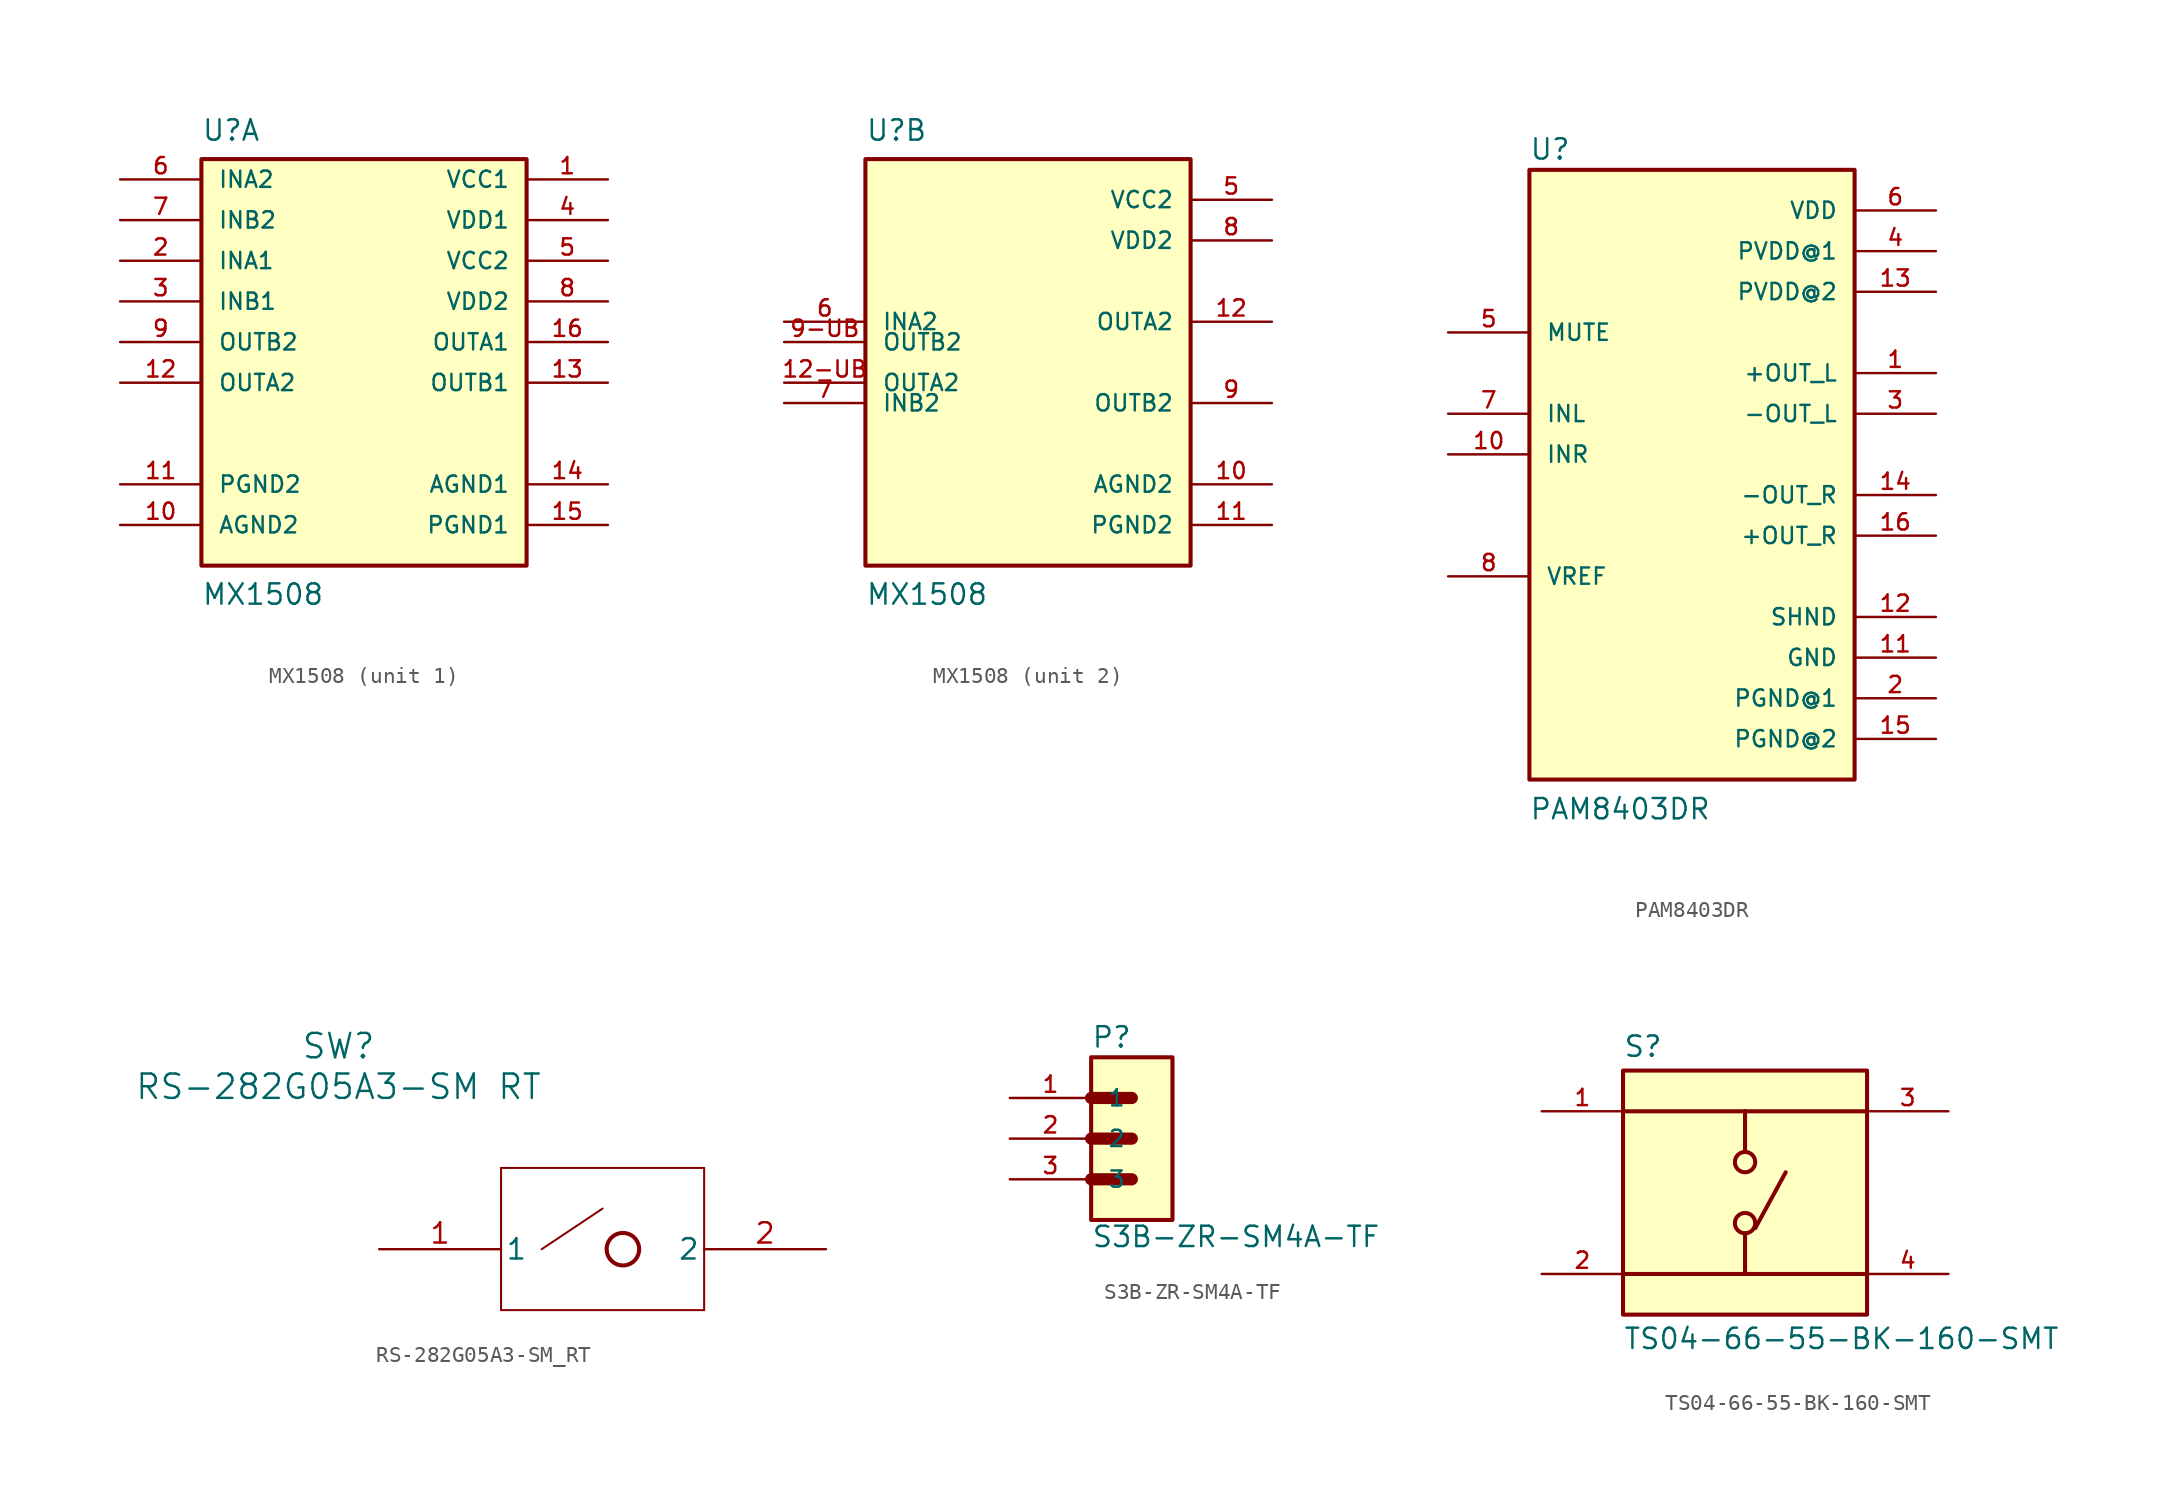
<source format=kicad_sym>
(kicad_symbol_lib
  (version 20220914)
  (generator kicad_symbol_editor)
  (symbol "MX1508"
    (pin_names
      (offset 1.016))
    (property "Reference" "U"
      (at -10.16 15.24 0)
      (effects (font (size 1.27 1.27)) (justify left top)))
    (property "Value" "MX1508"
      (at -10.16 -15.24 0)
      (effects (font (size 1.27 1.27)) (justify left bottom)))
    (symbol "MX1508_1_0"
      (rectangle (start -10.16 12.7) (end 10.16 -12.7) (stroke (width 0.254) (type default)) (fill (type background)))
      (pin power_in line (at 15.24 11.43 180) (length 5.08) (name "VCC1" (effects (font (size 1.016 1.016)))) (number "1" (effects (font (size 1.016 1.016)))))
      (pin power_in line (at -15.24 -10.16 0) (length 5.08) (name "AGND2" (effects (font (size 1.016 1.016)))) (number "10" (effects (font (size 1.016 1.016)))))
      (pin power_in line (at -15.24 -7.62 0) (length 5.08) (name "PGND2" (effects (font (size 1.016 1.016)))) (number "11" (effects (font (size 1.016 1.016)))))
      (pin input line (at -15.24 -1.27 0) (length 5.08) (name "OUTA2" (effects (font (size 1.016 1.016)))) (number "12" (effects (font (size 1.016 1.016)))))
      (pin output line (at 15.24 -1.27 180) (length 5.08) (name "OUTB1" (effects (font (size 1.016 1.016)))) (number "13" (effects (font (size 1.016 1.016)))))
      (pin power_in line (at 15.24 -7.62 180) (length 5.08) (name "AGND1" (effects (font (size 1.016 1.016)))) (number "14" (effects (font (size 1.016 1.016)))))
      (pin power_in line (at 15.24 -10.16 180) (length 5.08) (name "PGND1" (effects (font (size 1.016 1.016)))) (number "15" (effects (font (size 1.016 1.016)))))
      (pin output line (at 15.24 1.27 180) (length 5.08) (name "OUTA1" (effects (font (size 1.016 1.016)))) (number "16" (effects (font (size 1.016 1.016)))))
      (pin input line (at -15.24 6.35 0) (length 5.08) (name "INA1" (effects (font (size 1.016 1.016)))) (number "2" (effects (font (size 1.016 1.016)))))
      (pin input line (at -15.24 3.81 0) (length 5.08) (name "INB1" (effects (font (size 1.016 1.016)))) (number "3" (effects (font (size 1.016 1.016)))))
      (pin power_in line (at 15.24 8.89 180) (length 5.08) (name "VDD1" (effects (font (size 1.016 1.016)))) (number "4" (effects (font (size 1.016 1.016)))))
      (pin power_in line (at 15.24 6.35 180) (length 5.08) (name "VCC2" (effects (font (size 1.016 1.016)))) (number "5" (effects (font (size 1.016 1.016)))))
      (pin input line (at -15.24 11.43 0) (length 5.08) (name "INA2" (effects (font (size 1.016 1.016)))) (number "6" (effects (font (size 1.016 1.016)))))
      (pin input line (at -15.24 8.89 0) (length 5.08) (name "INB2" (effects (font (size 1.016 1.016)))) (number "7" (effects (font (size 1.016 1.016)))))
      (pin power_in line (at 15.24 3.81 180) (length 5.08) (name "VDD2" (effects (font (size 1.016 1.016)))) (number "8" (effects (font (size 1.016 1.016)))))
      (pin input line (at -15.24 1.27 0) (length 5.08) (name "OUTB2" (effects (font (size 1.016 1.016)))) (number "9" (effects (font (size 1.016 1.016))))))
    (symbol "MX1508_2_0"
      (rectangle (start -10.16 -12.7) (end 10.16 12.7) (stroke (width 0.254) (type default)) (fill (type background)))
      (pin power_in line (at 15.24 -7.62 180) (length 5.08) (name "AGND2" (effects (font (size 1.016 1.016)))) (number "10" (effects (font (size 1.016 1.016)))))
      (pin power_in line (at 15.24 -10.16 180) (length 5.08) (name "PGND2" (effects (font (size 1.016 1.016)))) (number "11" (effects (font (size 1.016 1.016)))))
      (pin output line (at 15.24 2.54 180) (length 5.08) (name "OUTA2" (effects (font (size 1.016 1.016)))) (number "12" (effects (font (size 1.016 1.016)))))
      (pin input line (at -15.24 -1.27 0) (length 5.08) (name "OUTA2" (effects (font (size 1.016 1.016)))) (number "12-UB" (effects (font (size 1.016 1.016)))))
      (pin power_in line (at 15.24 10.16 180) (length 5.08) (name "VCC2" (effects (font (size 1.016 1.016)))) (number "5" (effects (font (size 1.016 1.016)))))
      (pin input line (at -15.24 2.54 0) (length 5.08) (name "INA2" (effects (font (size 1.016 1.016)))) (number "6" (effects (font (size 1.016 1.016)))))
      (pin input line (at -15.24 -2.54 0) (length 5.08) (name "INB2" (effects (font (size 1.016 1.016)))) (number "7" (effects (font (size 1.016 1.016)))))
      (pin power_in line (at 15.24 7.62 180) (length 5.08) (name "VDD2" (effects (font (size 1.016 1.016)))) (number "8" (effects (font (size 1.016 1.016)))))
      (pin output line (at 15.24 -2.54 180) (length 5.08) (name "OUTB2" (effects (font (size 1.016 1.016)))) (number "9" (effects (font (size 1.016 1.016)))))
      (pin input line (at -15.24 1.27 0) (length 5.08) (name "OUTB2" (effects (font (size 1.016 1.016)))) (number "9-UB" (effects (font (size 1.016 1.016)))))))
  (symbol "PAM8403DR"
    (pin_names
      (offset 1.016))
    (property "Reference" "U"
      (at -10.178 18.321 0)
      (effects (font (size 1.27 1.27)) (justify left bottom)))
    (property "Value" "PAM8403DR"
      (at -10.18 -22.904 0)
      (effects (font (size 1.27 1.27)) (justify left bottom)))
    (symbol "PAM8403DR_0_0"
      (rectangle (start -10.16 -20.32) (end 10.16 17.78) (stroke (width 0.254) (type default)) (fill (type background)))
      (pin output line (at 15.24 5.08 180) (length 5.08) (name "+OUT_L" (effects (font (size 1.016 1.016)))) (number "1" (effects (font (size 1.016 1.016)))))
      (pin input line (at -15.24 0 0) (length 5.08) (name "INR" (effects (font (size 1.016 1.016)))) (number "10" (effects (font (size 1.016 1.016)))))
      (pin power_in line (at 15.24 -12.7 180) (length 5.08) (name "GND" (effects (font (size 1.016 1.016)))) (number "11" (effects (font (size 1.016 1.016)))))
      (pin power_in line (at 15.24 -10.16 180) (length 5.08) (name "SHND" (effects (font (size 1.016 1.016)))) (number "12" (effects (font (size 1.016 1.016)))))
      (pin power_in line (at 15.24 10.16 180) (length 5.08) (name "PVDD@2" (effects (font (size 1.016 1.016)))) (number "13" (effects (font (size 1.016 1.016)))))
      (pin output line (at 15.24 -2.54 180) (length 5.08) (name "-OUT_R" (effects (font (size 1.016 1.016)))) (number "14" (effects (font (size 1.016 1.016)))))
      (pin power_in line (at 15.24 -17.78 180) (length 5.08) (name "PGND@2" (effects (font (size 1.016 1.016)))) (number "15" (effects (font (size 1.016 1.016)))))
      (pin output line (at 15.24 -5.08 180) (length 5.08) (name "+OUT_R" (effects (font (size 1.016 1.016)))) (number "16" (effects (font (size 1.016 1.016)))))
      (pin power_in line (at 15.24 -15.24 180) (length 5.08) (name "PGND@1" (effects (font (size 1.016 1.016)))) (number "2" (effects (font (size 1.016 1.016)))))
      (pin output line (at 15.24 2.54 180) (length 5.08) (name "-OUT_L" (effects (font (size 1.016 1.016)))) (number "3" (effects (font (size 1.016 1.016)))))
      (pin power_in line (at 15.24 12.7 180) (length 5.08) (name "PVDD@1" (effects (font (size 1.016 1.016)))) (number "4" (effects (font (size 1.016 1.016)))))
      (pin input line (at -15.24 7.62 0) (length 5.08) (name "MUTE" (effects (font (size 1.016 1.016)))) (number "5" (effects (font (size 1.016 1.016)))))
      (pin power_in line (at 15.24 15.24 180) (length 5.08) (name "VDD" (effects (font (size 1.016 1.016)))) (number "6" (effects (font (size 1.016 1.016)))))
      (pin input line (at -15.24 2.54 0) (length 5.08) (name "INL" (effects (font (size 1.016 1.016)))) (number "7" (effects (font (size 1.016 1.016)))))
      (pin input line (at -15.24 -7.62 0) (length 5.08) (name "VREF" (effects (font (size 1.016 1.016)))) (number "8" (effects (font (size 1.016 1.016)))))))
  (symbol "RS-282G05A3-SM_RT"
    (pin_names
      (offset 0.254))
    (property "Reference" "SW"
      (at 40.64 12.7 0)
      (effects (font (size 1.524 1.524))))
    (property "Value" "RS-282G05A3-SM RT"
      (at 40.64 10.16 0)
      (effects (font (size 1.524 1.524))))
    (property "ki_locked" ""
      (at 0 0 0)
      (effects (font (size 1.27 1.27))))
    (symbol "RS-282G05A3-SM_RT_0_1"
      (polyline (pts (xy 50.8 -3.81) (xy 63.5 -3.81)) (stroke (width 0.127) (type default)) (fill (type none)))
      (polyline (pts (xy 50.8 5.08) (xy 50.8 -3.81)) (stroke (width 0.127) (type default)) (fill (type none)))
      (polyline (pts (xy 53.34 0) (xy 57.15 2.54)) (stroke (width 0.127) (type default)) (fill (type none)))
      (polyline (pts (xy 63.5 -3.81) (xy 63.5 5.08)) (stroke (width 0.127) (type default)) (fill (type none)))
      (polyline (pts (xy 63.5 5.08) (xy 50.8 5.08)) (stroke (width 0.127) (type default)) (fill (type none)))
      (circle (center 58.42 0) (radius 1.016) (stroke (width 0.254) (type default)) (fill (type none)))
      (pin unspecified line (at 43.18 0 0) (length 7.62) (name "1" (effects (font (size 1.27 1.27)))) (number "1" (effects (font (size 1.27 1.27)))))
      (pin unspecified line (at 71.12 0 180) (length 7.62) (name "2" (effects (font (size 1.27 1.27)))) (number "2" (effects (font (size 1.27 1.27)))))))
  (symbol "S3B-ZR-SM4A-TF"
    (pin_names
      (offset 1.016))
    (property "Reference" "P"
      (at 0 3.051 0)
      (effects (font (size 1.27 1.27)) (justify left bottom)))
    (property "Value" "S3B-ZR-SM4A-TF"
      (at 0 -9.412 0)
      (effects (font (size 1.27 1.27)) (justify left bottom)))
    (symbol "S3B-ZR-SM4A-TF_0_0"
      (rectangle (start 0 -7.62) (end 5.08 2.54) (stroke (width 0.254) (type default)) (fill (type background)))
      (polyline (pts (xy 0 -5.08) (xy 2.54 -5.08)) (stroke (width 0.762) (type default)) (fill (type none)))
      (polyline (pts (xy 0 -2.54) (xy 2.54 -2.54)) (stroke (width 0.762) (type default)) (fill (type none)))
      (polyline (pts (xy 0 0) (xy 2.54 0)) (stroke (width 0.762) (type default)) (fill (type none)))
      (pin passive line (at -5.08 0 0) (length 5.08) (name "1" (effects (font (size 1.016 1.016)))) (number "1" (effects (font (size 1.016 1.016)))))
      (pin passive line (at -5.08 -2.54 0) (length 5.08) (name "2" (effects (font (size 1.016 1.016)))) (number "2" (effects (font (size 1.016 1.016)))))
      (pin passive line (at -5.08 -5.08 0) (length 5.08) (name "3" (effects (font (size 1.016 1.016)))) (number "3" (effects (font (size 1.016 1.016)))))))
  (symbol "TS04-66-55-BK-160-SMT"
    (pin_names
      (offset 1.016))
    (property "Reference" "S"
      (at -7.62 8.382 0)
      (effects (font (size 1.27 1.27)) (justify left bottom)))
    (property "Value" "TS04-66-55-BK-160-SMT"
      (at -7.62 -8.382 0)
      (effects (font (size 1.27 1.27)) (justify left top)))
    (symbol "TS04-66-55-BK-160-SMT_0_0"
      (rectangle (start -7.62 7.62) (end 7.62 -7.62) (stroke (width 0.254) (type default)) (fill (type background)))
      (circle (center 0 -1.905) (radius 0.635) (stroke (width 0.254) (type default)) (fill (type none)))
      (polyline (pts (xy 0 -5.08) (xy -7.62 -5.08)) (stroke (width 0.254) (type default)) (fill (type none)))
      (polyline (pts (xy 0 -5.08) (xy 7.62 -5.08)) (stroke (width 0.254) (type default)) (fill (type none)))
      (polyline (pts (xy 0 -2.54) (xy 0 -5.08)) (stroke (width 0.254) (type default)) (fill (type none)))
      (polyline (pts (xy 0 5.08) (xy -7.62 5.08)) (stroke (width 0.254) (type default)) (fill (type none)))
      (polyline (pts (xy 0 5.08) (xy 0 2.54)) (stroke (width 0.254) (type default)) (fill (type none)))
      (polyline (pts (xy 0 5.08) (xy 7.62 5.08)) (stroke (width 0.254) (type default)) (fill (type none)))
      (polyline (pts (xy 0.635 -2.223) (xy 2.54 1.27)) (stroke (width 0.254) (type default)) (fill (type none)))
      (circle (center 0 1.905) (radius 0.635) (stroke (width 0.254) (type default)) (fill (type none)))
      (pin passive line (at -12.7 5.08 0) (length 5.08) (name "~" (effects (font (size 1.016 1.016)))) (number "1" (effects (font (size 1.016 1.016)))))
      (pin passive line (at -12.7 -5.08 0) (length 5.08) (name "~" (effects (font (size 1.016 1.016)))) (number "2" (effects (font (size 1.016 1.016)))))
      (pin passive line (at 12.7 5.08 180) (length 5.08) (name "~" (effects (font (size 1.016 1.016)))) (number "3" (effects (font (size 1.016 1.016)))))
      (pin passive line (at 12.7 -5.08 180) (length 5.08) (name "~" (effects (font (size 1.016 1.016)))) (number "4" (effects (font (size 1.016 1.016))))))))
</source>
